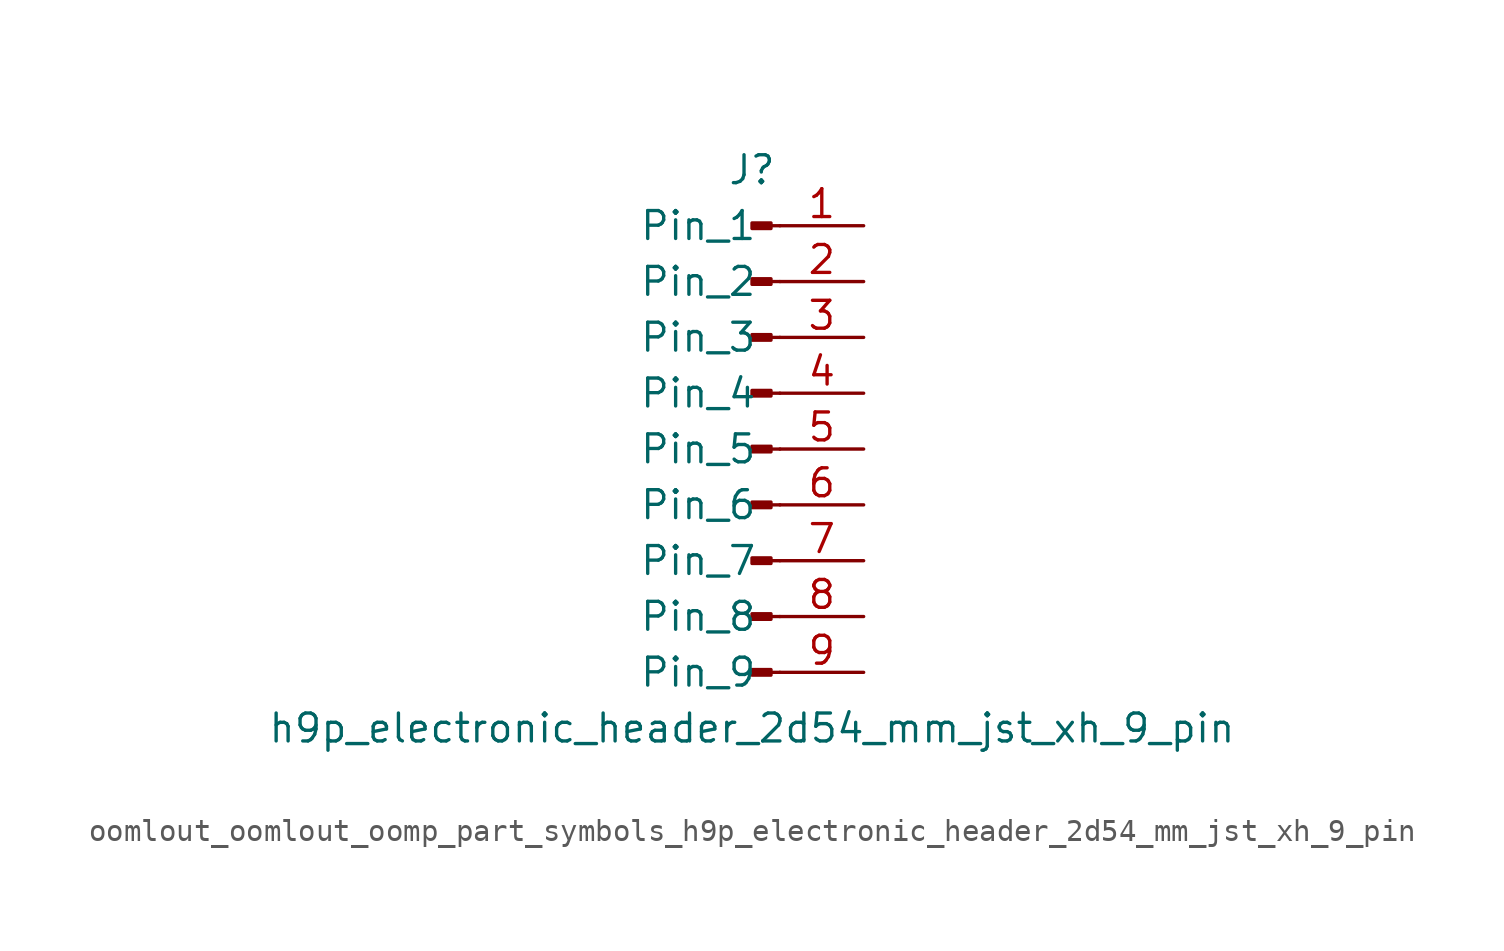
<source format=kicad_sym>
(kicad_symbol_lib
  (version 20220914)
  (generator kicad_symbol_editor)
  (symbol "oomlout_oomlout_oomp_part_symbols_h9p_electronic_header_2d54_mm_jst_xh_9_pin"
    (pin_names
      (offset 1.016))
    (property "Reference" "J"
      (at 0 12.7 0)
      (effects (font (size 1.27 1.27))))
    (property "Value" "h9p_electronic_header_2d54_mm_jst_xh_9_pin"
      (at 0 -12.7 0)
      (effects (font (size 1.27 1.27))))
    (property "ki_locked" ""
      (at 0 0 0)
      (effects (font (size 1.27 1.27))))
    (symbol "oomlout_oomlout_oomp_part_symbols_h9p_electronic_header_2d54_mm_jst_xh_9_pin_1_1"
      (polyline (pts (xy 1.27 -10.16) (xy 0.864 -10.16)) (stroke (width 0.152) (type default)) (fill (type none)))
      (polyline (pts (xy 1.27 -7.62) (xy 0.864 -7.62)) (stroke (width 0.152) (type default)) (fill (type none)))
      (polyline (pts (xy 1.27 -5.08) (xy 0.864 -5.08)) (stroke (width 0.152) (type default)) (fill (type none)))
      (polyline (pts (xy 1.27 -2.54) (xy 0.864 -2.54)) (stroke (width 0.152) (type default)) (fill (type none)))
      (polyline (pts (xy 1.27 0) (xy 0.864 0)) (stroke (width 0.152) (type default)) (fill (type none)))
      (polyline (pts (xy 1.27 2.54) (xy 0.864 2.54)) (stroke (width 0.152) (type default)) (fill (type none)))
      (polyline (pts (xy 1.27 5.08) (xy 0.864 5.08)) (stroke (width 0.152) (type default)) (fill (type none)))
      (polyline (pts (xy 1.27 7.62) (xy 0.864 7.62)) (stroke (width 0.152) (type default)) (fill (type none)))
      (polyline (pts (xy 1.27 10.16) (xy 0.864 10.16)) (stroke (width 0.152) (type default)) (fill (type none)))
      (rectangle (start 0.864 -10.033) (end 0 -10.287) (stroke (width 0.152) (type default)) (fill (type outline)))
      (rectangle (start 0.864 -7.493) (end 0 -7.747) (stroke (width 0.152) (type default)) (fill (type outline)))
      (rectangle (start 0.864 -4.953) (end 0 -5.207) (stroke (width 0.152) (type default)) (fill (type outline)))
      (rectangle (start 0.864 -2.413) (end 0 -2.667) (stroke (width 0.152) (type default)) (fill (type outline)))
      (rectangle (start 0.864 0.127) (end 0 -0.127) (stroke (width 0.152) (type default)) (fill (type outline)))
      (rectangle (start 0.864 2.667) (end 0 2.413) (stroke (width 0.152) (type default)) (fill (type outline)))
      (rectangle (start 0.864 5.207) (end 0 4.953) (stroke (width 0.152) (type default)) (fill (type outline)))
      (rectangle (start 0.864 7.747) (end 0 7.493) (stroke (width 0.152) (type default)) (fill (type outline)))
      (rectangle (start 0.864 10.287) (end 0 10.033) (stroke (width 0.152) (type default)) (fill (type outline)))
      (pin passive line (at 5.08 10.16 180) (length 3.81) (name "Pin_1" (effects (font (size 1.27 1.27)))) (number "1" (effects (font (size 1.27 1.27)))))
      (pin passive line (at 5.08 7.62 180) (length 3.81) (name "Pin_2" (effects (font (size 1.27 1.27)))) (number "2" (effects (font (size 1.27 1.27)))))
      (pin passive line (at 5.08 5.08 180) (length 3.81) (name "Pin_3" (effects (font (size 1.27 1.27)))) (number "3" (effects (font (size 1.27 1.27)))))
      (pin passive line (at 5.08 2.54 180) (length 3.81) (name "Pin_4" (effects (font (size 1.27 1.27)))) (number "4" (effects (font (size 1.27 1.27)))))
      (pin passive line (at 5.08 0 180) (length 3.81) (name "Pin_5" (effects (font (size 1.27 1.27)))) (number "5" (effects (font (size 1.27 1.27)))))
      (pin passive line (at 5.08 -2.54 180) (length 3.81) (name "Pin_6" (effects (font (size 1.27 1.27)))) (number "6" (effects (font (size 1.27 1.27)))))
      (pin passive line (at 5.08 -5.08 180) (length 3.81) (name "Pin_7" (effects (font (size 1.27 1.27)))) (number "7" (effects (font (size 1.27 1.27)))))
      (pin passive line (at 5.08 -7.62 180) (length 3.81) (name "Pin_8" (effects (font (size 1.27 1.27)))) (number "8" (effects (font (size 1.27 1.27)))))
      (pin passive line (at 5.08 -10.16 180) (length 3.81) (name "Pin_9" (effects (font (size 1.27 1.27)))) (number "9" (effects (font (size 1.27 1.27))))))))
</source>
